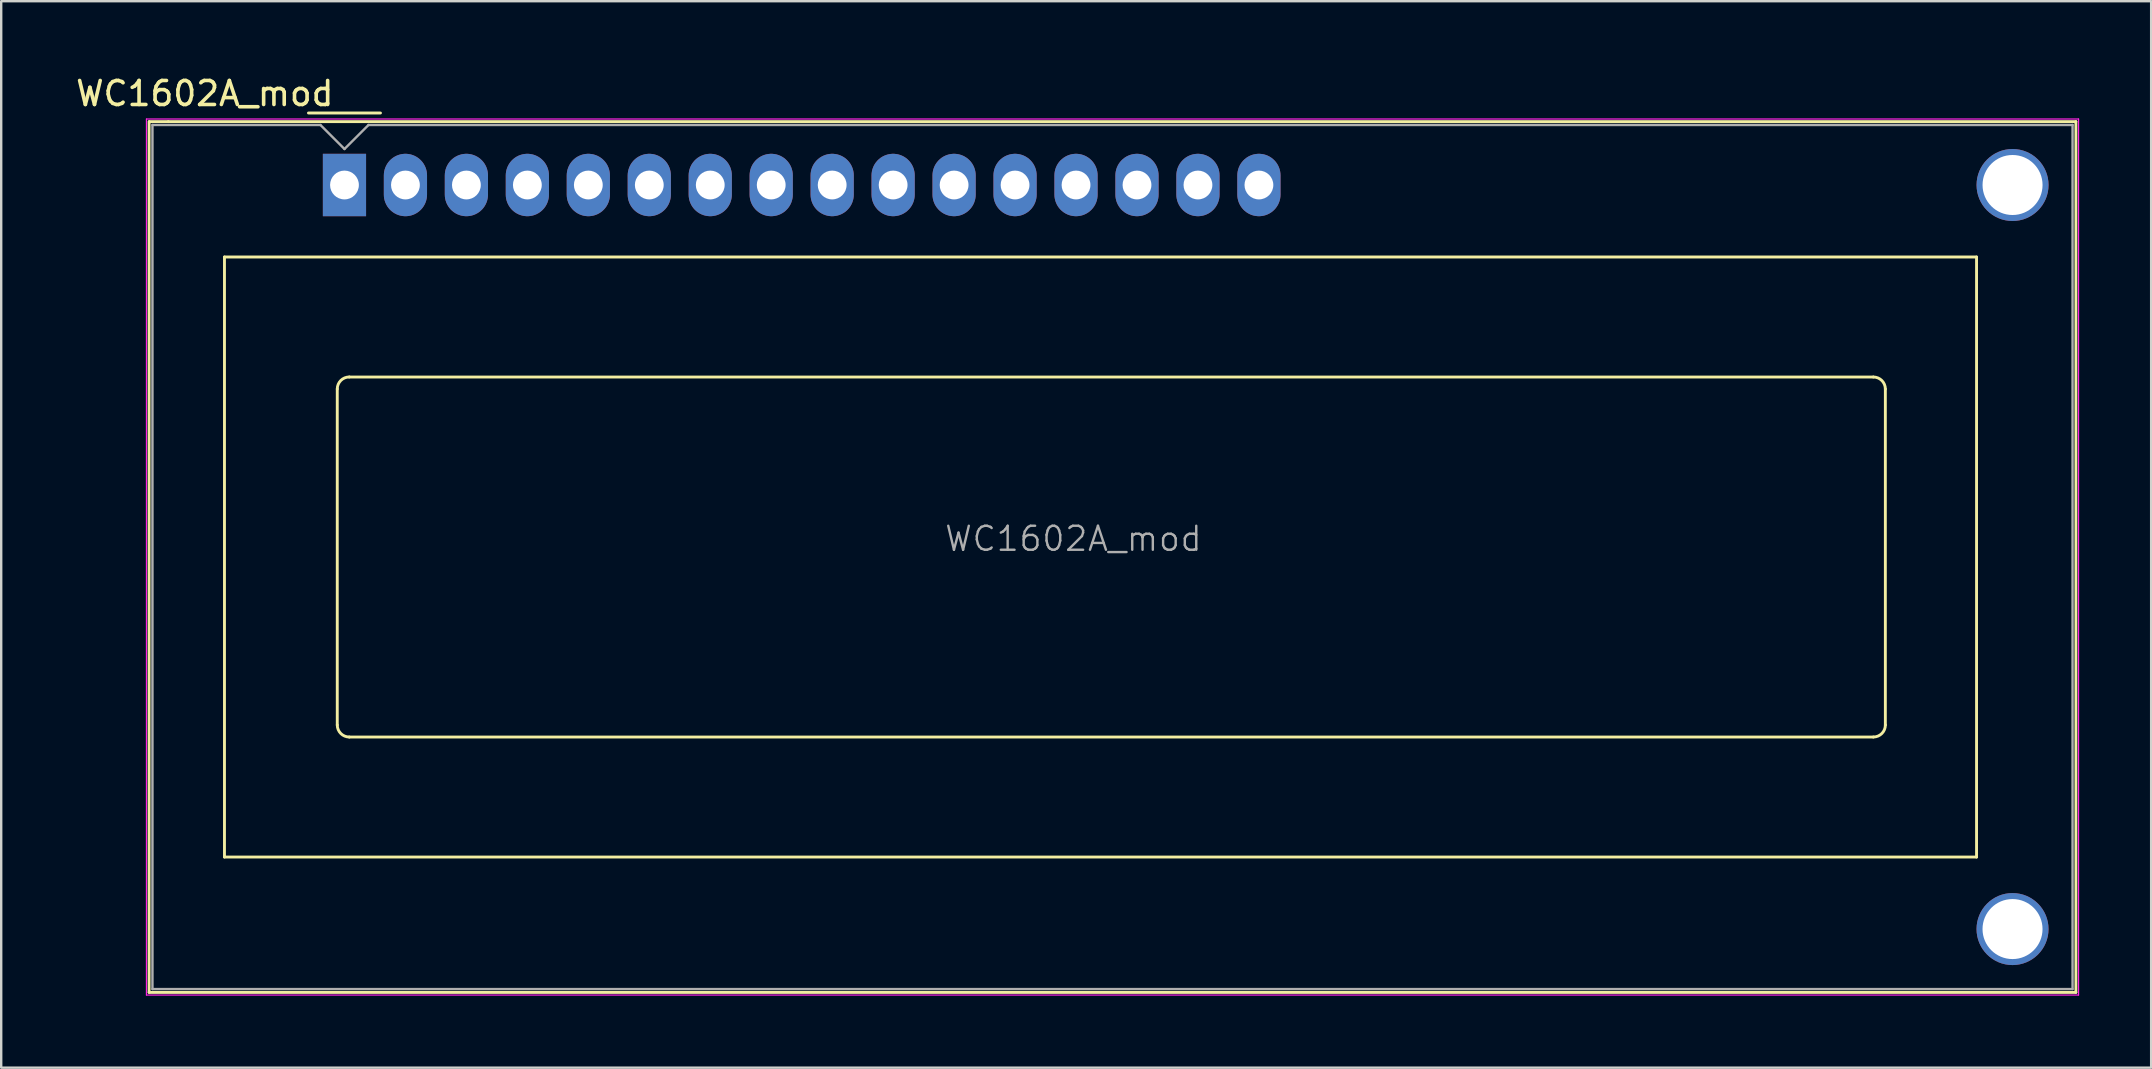
<source format=kicad_pcb>
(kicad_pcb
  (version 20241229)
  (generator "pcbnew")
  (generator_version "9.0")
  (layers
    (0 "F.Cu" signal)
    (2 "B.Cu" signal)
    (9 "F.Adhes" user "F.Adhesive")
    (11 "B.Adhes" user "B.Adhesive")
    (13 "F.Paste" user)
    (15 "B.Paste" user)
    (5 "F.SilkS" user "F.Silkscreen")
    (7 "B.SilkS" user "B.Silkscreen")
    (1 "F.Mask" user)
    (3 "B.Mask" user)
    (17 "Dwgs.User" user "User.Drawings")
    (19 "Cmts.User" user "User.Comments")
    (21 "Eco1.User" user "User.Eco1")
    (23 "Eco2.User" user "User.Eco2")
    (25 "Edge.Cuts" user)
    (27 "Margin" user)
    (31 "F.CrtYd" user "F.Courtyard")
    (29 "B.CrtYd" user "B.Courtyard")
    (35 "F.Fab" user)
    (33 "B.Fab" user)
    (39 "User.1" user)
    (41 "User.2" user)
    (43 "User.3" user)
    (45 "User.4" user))
  (footprint "WC1602A_mod"
    (layer "F.Cu")
    (at 11.302 4.658)
    (property "Reference" "WC1602A_mod" (at -5.82 -3.81 0) (layer "F.SilkS") (effects (font (size 1 1) (thickness 0.15))))
    (attr through_hole)
    (fp_line (start -8.14 -2.64) (end -8.14 33.64) (stroke (width 0.12) (type solid)) (layer "F.SilkS"))
    (fp_line (start -8.14 33.64) (end 72.14 33.64) (stroke (width 0.12) (type solid)) (layer "F.SilkS"))
    (fp_line (start -8.13 -2.64) (end -7.34 -2.64) (stroke (width 0.12) (type solid)) (layer "F.SilkS"))
    (fp_line (start -5 3) (end 68 3) (stroke (width 0.12) (type solid)) (layer "F.SilkS"))
    (fp_line (start -5 28) (end -5 3) (stroke (width 0.12) (type solid)) (layer "F.SilkS"))
    (fp_line (start -1.5 -3) (end 1.5 -3) (stroke (width 0.12) (type solid)) (layer "F.SilkS"))
    (fp_line (start -0.3 22.499) (end -0.3 8.5) (stroke (width 0.12) (type solid)) (layer "F.SilkS"))
    (fp_line (start 0.2 8) (end 63.7 8) (stroke (width 0.12) (type solid)) (layer "F.SilkS"))
    (fp_line (start 63.701 23) (end 0.2 23) (stroke (width 0.12) (type solid)) (layer "F.SilkS"))
    (fp_line (start 64.2 8.5) (end 64.2 22.5) (stroke (width 0.12) (type solid)) (layer "F.SilkS"))
    (fp_line (start 68 3) (end 68 28) (stroke (width 0.12) (type solid)) (layer "F.SilkS"))
    (fp_line (start 68 28) (end -5 28) (stroke (width 0.12) (type solid)) (layer "F.SilkS"))
    (fp_line (start 72.14 -2.64) (end -7.34 -2.64) (stroke (width 0.12) (type solid)) (layer "F.SilkS"))
    (fp_line (start 72.14 33.64) (end 72.14 -2.64) (stroke (width 0.12) (type solid)) (layer "F.SilkS"))
    (fp_arc (start -0.29972 8.49884) (mid -0.153162 8.145018) (end 0.20066 7.99846) (stroke (width 0.12) (type solid)) (layer "F.SilkS"))
    (fp_arc (start 0.20066 22.9997) (mid -0.153162 22.853142) (end -0.29972 22.49932) (stroke (width 0.12) (type solid)) (layer "F.SilkS"))
    (fp_arc (start 63.7 8) (mid 64.053553 8.146447) (end 64.2 8.5) (stroke (width 0.12) (type solid)) (layer "F.SilkS"))
    (fp_arc (start 64.20104 22.49932) (mid 64.054482 22.853142) (end 63.70066 22.9997) (stroke (width 0.12) (type solid)) (layer "F.SilkS"))
    (fp_line (start -8.25 -2.75) (end -8.25 33.75) (stroke (width 0.05) (type solid)) (layer "F.CrtYd"))
    (fp_line (start -8.25 -2.75) (end 72.25 -2.75) (stroke (width 0.05) (type solid)) (layer "F.CrtYd"))
    (fp_line (start -8.25 33.75) (end 72.25 33.75) (stroke (width 0.05) (type solid)) (layer "F.CrtYd"))
    (fp_line (start 72.25 -2.75) (end 72.25 33.75) (stroke (width 0.05) (type solid)) (layer "F.CrtYd"))
    (fp_line (start -8 33.5) (end -8 -2.5) (stroke (width 0.1) (type solid)) (layer "F.Fab"))
    (fp_line (start -1 -2.5) (end -8 -2.5) (stroke (width 0.1) (type solid)) (layer "F.Fab"))
    (fp_line (start 0 -1.5) (end -1 -2.5) (stroke (width 0.1) (type solid)) (layer "F.Fab"))
    (fp_line (start 1 -2.5) (end 0 -1.5) (stroke (width 0.1) (type solid)) (layer "F.Fab"))
    (fp_line (start 1 -2.5) (end 72 -2.5) (stroke (width 0.1) (type solid)) (layer "F.Fab"))
    (fp_line (start 72 -2.5) (end 72 33.5) (stroke (width 0.1) (type solid)) (layer "F.Fab"))
    (fp_line (start 72 33.5) (end -8 33.5) (stroke (width 0.1) (type solid)) (layer "F.Fab"))
    (fp_text user "${REFERENCE}" (at 30.37 14.74 0) (layer "F.Fab") (effects (font (size 1 1) (thickness 0.1))))
    (pad "" thru_hole circle (at 69.499 31.001) (size 3 3) (drill 2.5) (layers "*.Cu" "*.Mask"))
    (pad "" thru_hole circle (at 69.5 0) (size 3 3) (drill 2.5) (layers "*.Cu" "*.Mask"))
    (pad "1" thru_hole rect (at 0 0) (size 1.8 2.6) (drill 1.2) (layers "*.Cu" "*.Mask"))
    (pad "2" thru_hole oval (at 2.54 0) (size 1.8 2.6) (drill 1.2) (layers "*.Cu" "*.Mask"))
    (pad "3" thru_hole oval (at 5.08 0) (size 1.8 2.6) (drill 1.2) (layers "*.Cu" "*.Mask"))
    (pad "4" thru_hole oval (at 7.62 0) (size 1.8 2.6) (drill 1.2) (layers "*.Cu" "*.Mask"))
    (pad "5" thru_hole oval (at 10.16 0) (size 1.8 2.6) (drill 1.2) (layers "*.Cu" "*.Mask"))
    (pad "6" thru_hole oval (at 12.7 0) (size 1.8 2.6) (drill 1.2) (layers "*.Cu" "*.Mask"))
    (pad "7" thru_hole oval (at 15.24 0) (size 1.8 2.6) (drill 1.2) (layers "*.Cu" "*.Mask"))
    (pad "8" thru_hole oval (at 17.78 0) (size 1.8 2.6) (drill 1.2) (layers "*.Cu" "*.Mask"))
    (pad "9" thru_hole oval (at 20.32 0) (size 1.8 2.6) (drill 1.2) (layers "*.Cu" "*.Mask"))
    (pad "10" thru_hole oval (at 22.86 0) (size 1.8 2.6) (drill 1.2) (layers "*.Cu" "*.Mask"))
    (pad "11" thru_hole oval (at 25.4 0) (size 1.8 2.6) (drill 1.2) (layers "*.Cu" "*.Mask"))
    (pad "12" thru_hole oval (at 27.94 0) (size 1.8 2.6) (drill 1.2) (layers "*.Cu" "*.Mask"))
    (pad "13" thru_hole oval (at 30.48 0) (size 1.8 2.6) (drill 1.2) (layers "*.Cu" "*.Mask"))
    (pad "14" thru_hole oval (at 33.02 0) (size 1.8 2.6) (drill 1.2) (layers "*.Cu" "*.Mask"))
    (pad "15" thru_hole oval (at 35.56 0) (size 1.8 2.6) (drill 1.2) (layers "*.Cu" "*.Mask"))
    (pad "16" thru_hole oval (at 38.1 0) (size 1.8 2.6) (drill 1.2) (layers "*.Cu" "*.Mask")))
  (gr_rect
    (start -3 -3)
    (end 86.577 41.433)
    (stroke (width 0.1) (type default))
    (fill no)
    (layer "Edge.Cuts")))
</source>
